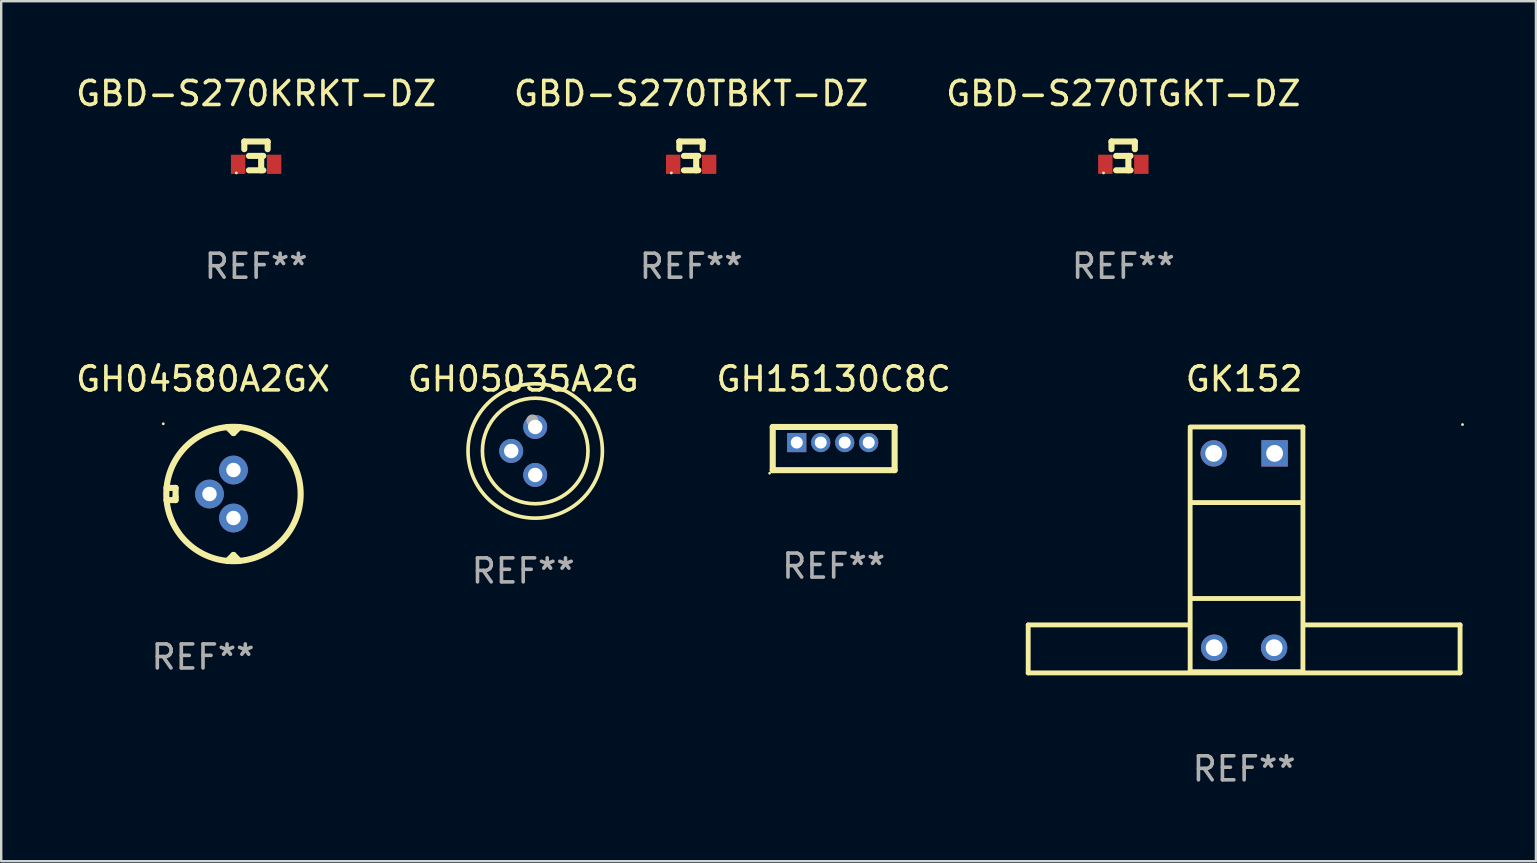
<source format=kicad_pcb>
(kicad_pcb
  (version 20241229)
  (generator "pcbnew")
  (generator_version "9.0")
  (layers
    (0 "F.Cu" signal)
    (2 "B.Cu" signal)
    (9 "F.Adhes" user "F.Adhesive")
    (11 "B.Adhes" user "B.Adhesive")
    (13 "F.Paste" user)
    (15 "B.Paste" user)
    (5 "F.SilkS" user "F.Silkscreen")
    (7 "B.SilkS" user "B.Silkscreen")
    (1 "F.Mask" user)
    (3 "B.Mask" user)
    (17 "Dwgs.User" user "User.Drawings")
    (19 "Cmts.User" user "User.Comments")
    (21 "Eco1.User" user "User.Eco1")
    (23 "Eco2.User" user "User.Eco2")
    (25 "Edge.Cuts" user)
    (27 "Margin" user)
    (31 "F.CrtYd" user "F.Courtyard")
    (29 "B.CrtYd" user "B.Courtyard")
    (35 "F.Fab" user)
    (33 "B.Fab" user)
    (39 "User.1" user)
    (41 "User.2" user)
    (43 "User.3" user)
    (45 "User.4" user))
  (footprint "GBD-S270TBKT-DZ"
    (layer "F.Cu")
    (at 25.756 3.448)
    (property "Reference" "GBD-S270TBKT-DZ" (at 0 -2.6 0) (layer "F.SilkS") (effects (font (size 1 1) (thickness 0.15))))
    (attr through_hole)
    (fp_line (start -0.493 -0.6) (end -0.493 -0.281) (stroke (width 0.254) (type solid)) (layer "F.SilkS"))
    (fp_line (start -0.3 -0.000051) (end 0.3 -0.000051) (stroke (width 0.254) (type solid)) (layer "F.SilkS"))
    (fp_line (start 0.21 0) (end 0.21 0.6) (stroke (width 0.254) (type solid)) (layer "F.SilkS"))
    (fp_line (start 0.3 0.6) (end -0.3 0.6) (stroke (width 0.254) (type solid)) (layer "F.SilkS"))
    (fp_line (start 0.48 -0.6) (end -0.493 -0.6) (stroke (width 0.254) (type solid)) (layer "F.SilkS"))
    (fp_line (start 0.48 -0.6) (end 0.48 -0.28) (stroke (width 0.254) (type solid)) (layer "F.SilkS"))
    (fp_circle (center -0.825 0.71) (end -0.795 0.71) (stroke (width 0.06) (type solid)) (fill no) (layer "F.SilkS"))
    (fp_text user "REF**" (at 0 4.6 0) (layer "F.Fab") (effects (font (size 1 1) (thickness 0.15))))
    (pad "1" smd rect (at -0.75 0.35 90) (size 0.8 0.6) (layers "F.Cu" "F.Mask" "F.Paste"))
    (pad "2" smd rect (at 0.75 0.35 90) (size 0.8 0.6) (layers "F.Cu" "F.Mask" "F.Paste")))
  (footprint "GBD-S270KRKT-DZ"
    (layer "F.Cu")
    (at 7.625 3.448)
    (property "Reference" "GBD-S270KRKT-DZ" (at 0 -2.6 0) (layer "F.SilkS") (effects (font (size 1 1) (thickness 0.15))))
    (attr through_hole)
    (fp_line (start -0.493 -0.6) (end -0.493 -0.281) (stroke (width 0.254) (type solid)) (layer "F.SilkS"))
    (fp_line (start -0.3 -0.000051) (end 0.3 -0.000051) (stroke (width 0.254) (type solid)) (layer "F.SilkS"))
    (fp_line (start 0.21 0) (end 0.21 0.6) (stroke (width 0.254) (type solid)) (layer "F.SilkS"))
    (fp_line (start 0.3 0.6) (end -0.3 0.6) (stroke (width 0.254) (type solid)) (layer "F.SilkS"))
    (fp_line (start 0.48 -0.6) (end -0.493 -0.6) (stroke (width 0.254) (type solid)) (layer "F.SilkS"))
    (fp_line (start 0.48 -0.6) (end 0.48 -0.28) (stroke (width 0.254) (type solid)) (layer "F.SilkS"))
    (fp_circle (center -0.825 0.71) (end -0.795 0.71) (stroke (width 0.06) (type solid)) (fill no) (layer "F.SilkS"))
    (fp_text user "REF**" (at 0 4.6 0) (layer "F.Fab") (effects (font (size 1 1) (thickness 0.15))))
    (pad "1" smd rect (at -0.75 0.35 90) (size 0.8 0.6) (layers "F.Cu" "F.Mask" "F.Paste"))
    (pad "2" smd rect (at 0.75 0.35 90) (size 0.8 0.6) (layers "F.Cu" "F.Mask" "F.Paste")))
  (footprint "GH05035A2G"
    (layer "F.Cu")
    (at 18.756 15.745)
    (property "Reference" "GH05035A2G" (at 0 -3 0) (layer "F.SilkS") (effects (font (size 1 1) (thickness 0.15))))
    (attr through_hole)
    (fp_circle (center 0.5 0) (end 2.7 0) (stroke (width 0.152) (type solid)) (fill no) (layer "F.SilkS"))
    (fp_circle (center 0.5 0) (end 3.3 0) (stroke (width 0.152) (type solid)) (fill no) (layer "F.SilkS"))
    (fp_circle (center 3.3 -2.8) (end 3.33 -2.8) (stroke (width 0.06) (type solid)) (fill no) (layer "F.SilkS"))
    (fp_circle (center 0.381 -1.27) (end 0.508 -1.27) (stroke (width 0.254) (type solid)) (fill no) (layer "F.Fab"))
    (fp_text user "REF**" (at 0 5 0) (layer "F.Fab") (effects (font (size 1 1) (thickness 0.15))))
    (pad "1" thru_hole circle (at 0.5 -1) (size 1 1) (drill 0.6) (layers "*.Cu" "*.Mask"))
    (pad "2" thru_hole circle (at -0.5 0) (size 1 1) (drill 0.6) (layers "*.Cu" "*.Mask"))
    (pad "3" thru_hole circle (at 0.5 1) (size 1 1) (drill 0.6) (layers "*.Cu" "*.Mask")))
  (footprint "GH15130C8C"
    (layer "F.Cu")
    (at 31.696 15.645)
    (property "Reference" "GH15130C8C" (at 0 -2.9 0) (layer "F.SilkS") (effects (font (size 1 1) (thickness 0.15))))
    (attr through_hole)
    (fp_line (start -2.54 -0.9) (end -2.54 0.9) (stroke (width 0.254) (type solid)) (layer "F.SilkS"))
    (fp_line (start -2.54 -0.9) (end 2.54 -0.9) (stroke (width 0.254) (type solid)) (layer "F.SilkS"))
    (fp_line (start -2.54 0.9) (end 2.54 0.9) (stroke (width 0.254) (type solid)) (layer "F.SilkS"))
    (fp_line (start 2.54 -0.9) (end 2.54 0.9) (stroke (width 0.254) (type solid)) (layer "F.SilkS"))
    (fp_circle (center -2.667 1.027) (end -2.637 1.027) (stroke (width 0.06) (type solid)) (fill no) (layer "F.SilkS"))
    (fp_text user "REF**" (at 0 4.9 0) (layer "F.Fab") (effects (font (size 1 1) (thickness 0.15))))
    (pad "1" thru_hole rect (at -1.54 -0.25) (size 0.8 0.8) (drill 0.5) (layers "*.Cu" "*.Mask"))
    (pad "2" thru_hole circle (at -0.54 -0.25) (size 0.8 0.8) (drill 0.5) (layers "*.Cu" "*.Mask"))
    (pad "3" thru_hole circle (at 0.46 -0.25) (size 0.8 0.8) (drill 0.5) (layers "*.Cu" "*.Mask"))
    (pad "4" thru_hole circle (at 1.46 -0.25) (size 0.8 0.8) (drill 0.5) (layers "*.Cu" "*.Mask")))
  (footprint "GK152"
    (layer "F.Cu")
    (at 48.803 19.87)
    (property "Reference" "GK152" (at 0 -7.125 0) (layer "F.SilkS") (effects (font (size 1 1) (thickness 0.15))))
    (attr through_hole)
    (fp_line (start -9 5.125) (end 9 5.125) (stroke (width 0.202) (type solid)) (layer "F.SilkS"))
    (fp_line (start -9 3.125) (end -2.3 3.125) (stroke (width 0.202) (type solid)) (layer "F.SilkS"))
    (fp_line (start -9 5.125) (end -9 3.125) (stroke (width 0.202) (type solid)) (layer "F.SilkS"))
    (fp_line (start -2.25 -5.125) (end 2.45 -5.125) (stroke (width 0.202) (type solid)) (layer "F.SilkS"))
    (fp_line (start -2.25 5.075) (end -2.25 -5.025) (stroke (width 0.202) (type solid)) (layer "F.SilkS"))
    (fp_line (start -2.2 -1.975) (end 2.4 -1.975) (stroke (width 0.202) (type solid)) (layer "F.SilkS"))
    (fp_line (start -2.2 2.025) (end 2.4 2.025) (stroke (width 0.202) (type solid)) (layer "F.SilkS"))
    (fp_line (start 2.45 -5.125) (end 2.45 5.075) (stroke (width 0.202) (type solid)) (layer "F.SilkS"))
    (fp_line (start 2.45 5.075) (end -2.25 5.075) (stroke (width 0.202) (type solid)) (layer "F.SilkS"))
    (fp_line (start 9 3.125) (end 2.5 3.125) (stroke (width 0.202) (type solid)) (layer "F.SilkS"))
    (fp_line (start 9 5.125) (end 9 3.125) (stroke (width 0.202) (type solid)) (layer "F.SilkS"))
    (fp_circle (center 9.101 -5.226) (end 9.131 -5.226) (stroke (width 0.06) (type solid)) (fill no) (layer "F.SilkS"))
    (fp_text user "REF**" (at 0 9.125 0) (layer "F.Fab") (effects (font (size 1 1) (thickness 0.15))))
    (pad "1" thru_hole rect (at 1.27 -4.025) (size 1.1 1.1) (drill 0.701) (layers "*.Cu" "*.Mask"))
    (pad "2" thru_hole circle (at -1.27 -4.025) (size 1.1 1.1) (drill 0.701) (layers "*.Cu" "*.Mask"))
    (pad "3" thru_hole circle (at -1.25 4.075) (size 1.1 1.1) (drill 0.701) (layers "*.Cu" "*.Mask"))
    (pad "4" thru_hole circle (at 1.25 4.075) (size 1.1 1.1) (drill 0.701) (layers "*.Cu" "*.Mask")))
  (footprint "GH04580A2GX"
    (layer "F.Cu")
    (at 5.411 17.539)
    (property "Reference" "GH04580A2GX" (at 0 -4.794 0) (layer "F.SilkS") (effects (font (size 1 1) (thickness 0.15))))
    (attr through_hole)
    (fp_line (start -1.524 -0.254) (end -1.143 -0.254) (stroke (width 0.254) (type solid)) (layer "F.SilkS"))
    (fp_line (start -1.143 -0.254) (end -1.143 0.127) (stroke (width 0.254) (type solid)) (layer "F.SilkS"))
    (fp_line (start -1.143 0.127) (end -1.143 0.254) (stroke (width 0.254) (type solid)) (layer "F.SilkS"))
    (fp_line (start -1.143 0.254) (end -1.524 0.254) (stroke (width 0.254) (type solid)) (layer "F.SilkS"))
    (fp_line (start 1.016 -2.794) (end 1.27 -2.54) (stroke (width 0.254) (type solid)) (layer "F.SilkS"))
    (fp_line (start 1.27 -2.54) (end 1.524 -2.794) (stroke (width 0.254) (type solid)) (layer "F.SilkS"))
    (fp_line (start 1.27 2.54) (end 1.016 2.794) (stroke (width 0.254) (type solid)) (layer "F.SilkS"))
    (fp_line (start 1.27 2.54) (end 1.524 2.794) (stroke (width 0.254) (type solid)) (layer "F.SilkS"))
    (fp_circle (center -1.657 -2.927) (end -1.627 -2.927) (stroke (width 0.06) (type solid)) (fill no) (layer "F.SilkS"))
    (fp_circle (center 1.27 0) (end 4.07 0) (stroke (width 0.254) (type solid)) (fill no) (layer "F.SilkS"))
    (fp_text user "REF**" (at 0 6.794 0) (layer "F.Fab") (effects (font (size 1 1) (thickness 0.15))))
    (pad "1" thru_hole circle (at 1.27 -1) (size 1.2 1.2) (drill 0.6) (layers "*.Cu" "*.Mask"))
    (pad "2" thru_hole circle (at 0.27 0) (size 1.2 1.2) (drill 0.6) (layers "*.Cu" "*.Mask"))
    (pad "3" thru_hole circle (at 1.27 1) (size 1.2 1.2) (drill 0.6) (layers "*.Cu" "*.Mask")))
  (footprint "GBD-S270TGKT-DZ"
    (layer "F.Cu")
    (at 43.768 3.448)
    (property "Reference" "GBD-S270TGKT-DZ" (at 0 -2.6 0) (layer "F.SilkS") (effects (font (size 1 1) (thickness 0.15))))
    (attr through_hole)
    (fp_line (start -0.493 -0.6) (end -0.493 -0.281) (stroke (width 0.254) (type solid)) (layer "F.SilkS"))
    (fp_line (start -0.3 -0.000051) (end 0.3 -0.000051) (stroke (width 0.254) (type solid)) (layer "F.SilkS"))
    (fp_line (start 0.21 0) (end 0.21 0.6) (stroke (width 0.254) (type solid)) (layer "F.SilkS"))
    (fp_line (start 0.3 0.6) (end -0.3 0.6) (stroke (width 0.254) (type solid)) (layer "F.SilkS"))
    (fp_line (start 0.48 -0.6) (end -0.493 -0.6) (stroke (width 0.254) (type solid)) (layer "F.SilkS"))
    (fp_line (start 0.48 -0.6) (end 0.48 -0.28) (stroke (width 0.254) (type solid)) (layer "F.SilkS"))
    (fp_circle (center -0.825 0.71) (end -0.795 0.71) (stroke (width 0.06) (type solid)) (fill no) (layer "F.SilkS"))
    (fp_text user "REF**" (at 0 4.6 0) (layer "F.Fab") (effects (font (size 1 1) (thickness 0.15))))
    (pad "1" smd rect (at -0.75 0.35 90) (size 0.8 0.6) (layers "F.Cu" "F.Mask" "F.Paste"))
    (pad "2" smd rect (at 0.75 0.35 90) (size 0.8 0.6) (layers "F.Cu" "F.Mask" "F.Paste")))
  (gr_rect
    (start -3 -3)
    (end 60.964 32.843)
    (stroke (width 0.1) (type default))
    (fill no)
    (layer "Edge.Cuts")))
</source>
